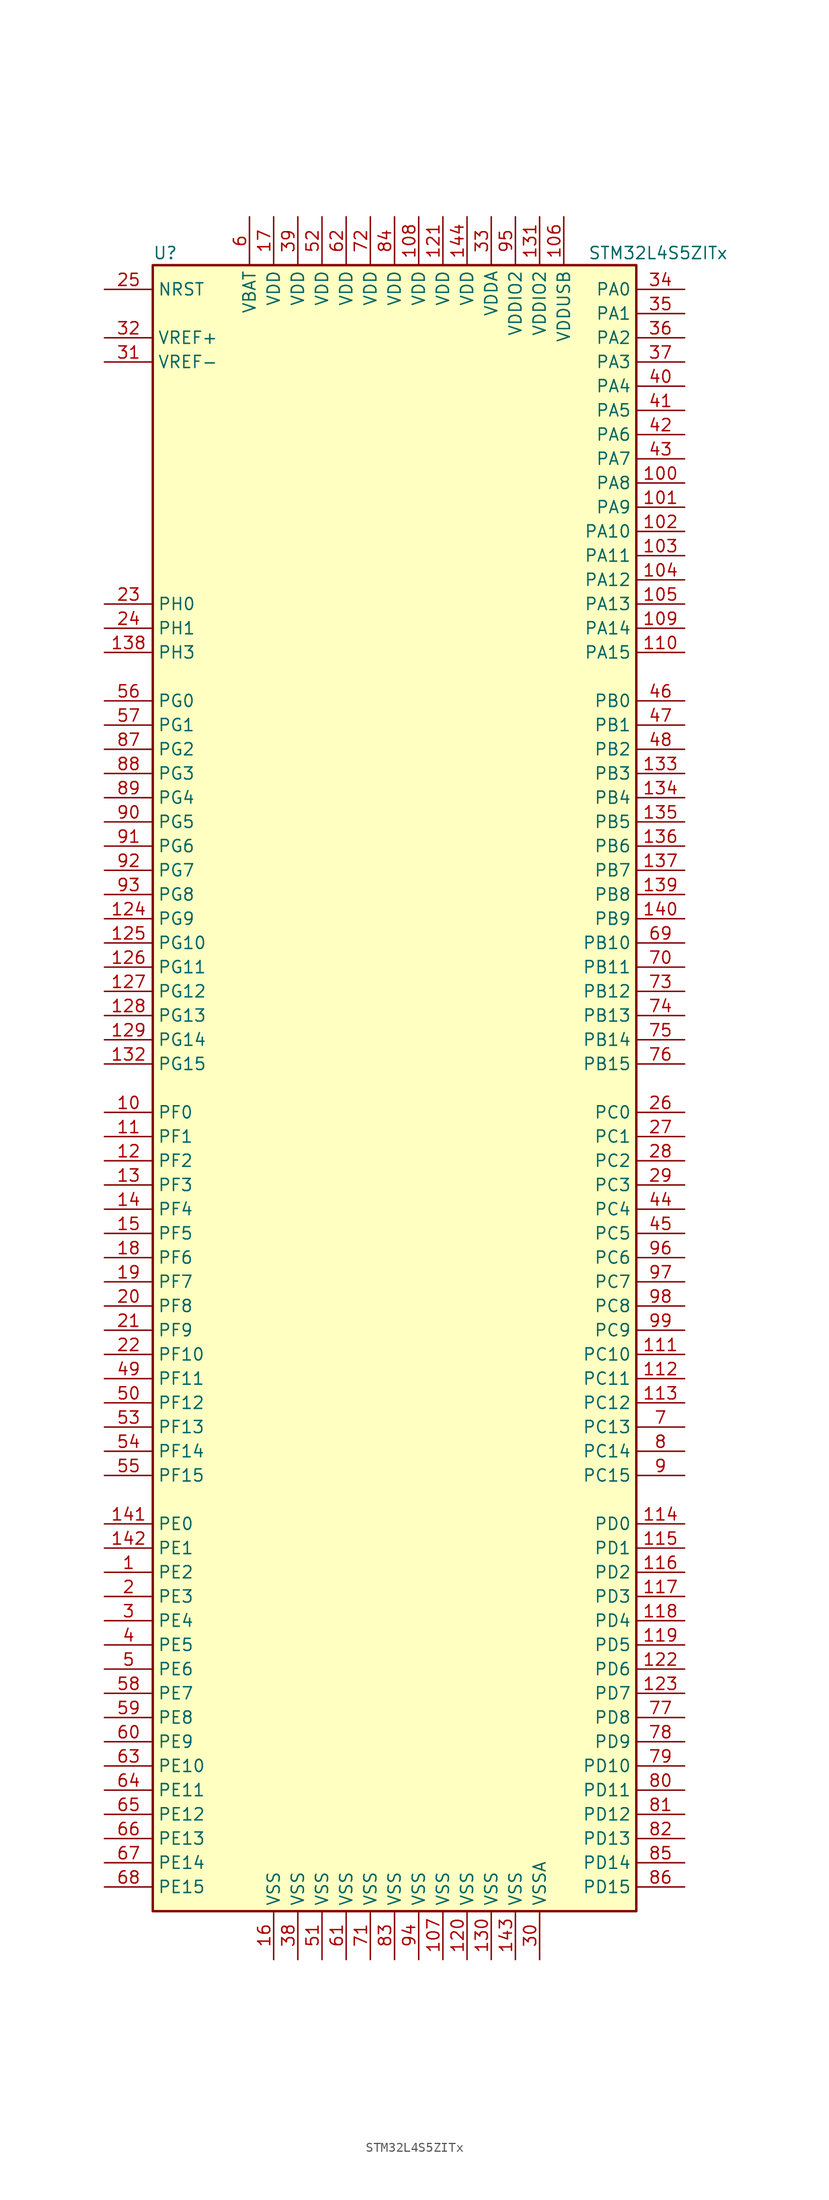
<source format=kicad_sym>
(kicad_symbol_lib
  (version 20201005)
  (generator kicad_symbol_editor)
  (symbol "STM32L4S5ZITx"
    (property "Reference" "U"
      (at -25.4 87.63 0)
      (effects (font (size 1.27 1.27)) (justify left)))
    (property "Value" "STM32L4S5ZITx"
      (at 20.32 87.63 0)
      (effects (font (size 1.27 1.27)) (justify left)))
    (symbol "STM32L4S5ZITx_0_1"
      (rectangle (start -25.4 -86.36) (end 25.4 86.36) (stroke (width 0.254)) (fill (type background))))
    (symbol "STM32L4S5ZITx_1_1"
      (pin bidirectional line (at -30.48 -50.8 0) (length 5.08) (name "PE2" (effects (font (size 1.27 1.27)))) (number "1" (effects (font (size 1.27 1.27)))))
      (pin bidirectional line (at -30.48 -2.54 0) (length 5.08) (name "PF0" (effects (font (size 1.27 1.27)))) (number "10" (effects (font (size 1.27 1.27)))))
      (pin bidirectional line (at 30.48 63.5 180) (length 5.08) (name "PA8" (effects (font (size 1.27 1.27)))) (number "100" (effects (font (size 1.27 1.27)))))
      (pin bidirectional line (at 30.48 60.96 180) (length 5.08) (name "PA9" (effects (font (size 1.27 1.27)))) (number "101" (effects (font (size 1.27 1.27)))))
      (pin bidirectional line (at 30.48 58.42 180) (length 5.08) (name "PA10" (effects (font (size 1.27 1.27)))) (number "102" (effects (font (size 1.27 1.27)))))
      (pin bidirectional line (at 30.48 55.88 180) (length 5.08) (name "PA11" (effects (font (size 1.27 1.27)))) (number "103" (effects (font (size 1.27 1.27)))))
      (pin bidirectional line (at 30.48 53.34 180) (length 5.08) (name "PA12" (effects (font (size 1.27 1.27)))) (number "104" (effects (font (size 1.27 1.27)))))
      (pin bidirectional line (at 30.48 50.8 180) (length 5.08) (name "PA13" (effects (font (size 1.27 1.27)))) (number "105" (effects (font (size 1.27 1.27)))))
      (pin power_in line (at 17.78 91.44 270) (length 5.08) (name "VDDUSB" (effects (font (size 1.27 1.27)))) (number "106" (effects (font (size 1.27 1.27)))))
      (pin power_in line (at 5.08 -91.44 90) (length 5.08) (name "VSS" (effects (font (size 1.27 1.27)))) (number "107" (effects (font (size 1.27 1.27)))))
      (pin power_in line (at 2.54 91.44 270) (length 5.08) (name "VDD" (effects (font (size 1.27 1.27)))) (number "108" (effects (font (size 1.27 1.27)))))
      (pin bidirectional line (at 30.48 48.26 180) (length 5.08) (name "PA14" (effects (font (size 1.27 1.27)))) (number "109" (effects (font (size 1.27 1.27)))))
      (pin bidirectional line (at -30.48 -5.08 0) (length 5.08) (name "PF1" (effects (font (size 1.27 1.27)))) (number "11" (effects (font (size 1.27 1.27)))))
      (pin bidirectional line (at 30.48 45.72 180) (length 5.08) (name "PA15" (effects (font (size 1.27 1.27)))) (number "110" (effects (font (size 1.27 1.27)))))
      (pin bidirectional line (at 30.48 -27.94 180) (length 5.08) (name "PC10" (effects (font (size 1.27 1.27)))) (number "111" (effects (font (size 1.27 1.27)))))
      (pin bidirectional line (at 30.48 -30.48 180) (length 5.08) (name "PC11" (effects (font (size 1.27 1.27)))) (number "112" (effects (font (size 1.27 1.27)))))
      (pin bidirectional line (at 30.48 -33.02 180) (length 5.08) (name "PC12" (effects (font (size 1.27 1.27)))) (number "113" (effects (font (size 1.27 1.27)))))
      (pin bidirectional line (at 30.48 -45.72 180) (length 5.08) (name "PD0" (effects (font (size 1.27 1.27)))) (number "114" (effects (font (size 1.27 1.27)))))
      (pin bidirectional line (at 30.48 -48.26 180) (length 5.08) (name "PD1" (effects (font (size 1.27 1.27)))) (number "115" (effects (font (size 1.27 1.27)))))
      (pin bidirectional line (at 30.48 -50.8 180) (length 5.08) (name "PD2" (effects (font (size 1.27 1.27)))) (number "116" (effects (font (size 1.27 1.27)))))
      (pin bidirectional line (at 30.48 -53.34 180) (length 5.08) (name "PD3" (effects (font (size 1.27 1.27)))) (number "117" (effects (font (size 1.27 1.27)))))
      (pin bidirectional line (at 30.48 -55.88 180) (length 5.08) (name "PD4" (effects (font (size 1.27 1.27)))) (number "118" (effects (font (size 1.27 1.27)))))
      (pin bidirectional line (at 30.48 -58.42 180) (length 5.08) (name "PD5" (effects (font (size 1.27 1.27)))) (number "119" (effects (font (size 1.27 1.27)))))
      (pin bidirectional line (at -30.48 -7.62 0) (length 5.08) (name "PF2" (effects (font (size 1.27 1.27)))) (number "12" (effects (font (size 1.27 1.27)))))
      (pin power_in line (at 7.62 -91.44 90) (length 5.08) (name "VSS" (effects (font (size 1.27 1.27)))) (number "120" (effects (font (size 1.27 1.27)))))
      (pin power_in line (at 5.08 91.44 270) (length 5.08) (name "VDD" (effects (font (size 1.27 1.27)))) (number "121" (effects (font (size 1.27 1.27)))))
      (pin bidirectional line (at 30.48 -60.96 180) (length 5.08) (name "PD6" (effects (font (size 1.27 1.27)))) (number "122" (effects (font (size 1.27 1.27)))))
      (pin bidirectional line (at 30.48 -63.5 180) (length 5.08) (name "PD7" (effects (font (size 1.27 1.27)))) (number "123" (effects (font (size 1.27 1.27)))))
      (pin bidirectional line (at -30.48 17.78 0) (length 5.08) (name "PG9" (effects (font (size 1.27 1.27)))) (number "124" (effects (font (size 1.27 1.27)))))
      (pin bidirectional line (at -30.48 15.24 0) (length 5.08) (name "PG10" (effects (font (size 1.27 1.27)))) (number "125" (effects (font (size 1.27 1.27)))))
      (pin bidirectional line (at -30.48 12.7 0) (length 5.08) (name "PG11" (effects (font (size 1.27 1.27)))) (number "126" (effects (font (size 1.27 1.27)))))
      (pin bidirectional line (at -30.48 10.16 0) (length 5.08) (name "PG12" (effects (font (size 1.27 1.27)))) (number "127" (effects (font (size 1.27 1.27)))))
      (pin bidirectional line (at -30.48 7.62 0) (length 5.08) (name "PG13" (effects (font (size 1.27 1.27)))) (number "128" (effects (font (size 1.27 1.27)))))
      (pin bidirectional line (at -30.48 5.08 0) (length 5.08) (name "PG14" (effects (font (size 1.27 1.27)))) (number "129" (effects (font (size 1.27 1.27)))))
      (pin bidirectional line (at -30.48 -10.16 0) (length 5.08) (name "PF3" (effects (font (size 1.27 1.27)))) (number "13" (effects (font (size 1.27 1.27)))))
      (pin power_in line (at 10.16 -91.44 90) (length 5.08) (name "VSS" (effects (font (size 1.27 1.27)))) (number "130" (effects (font (size 1.27 1.27)))))
      (pin power_in line (at 15.24 91.44 270) (length 5.08) (name "VDDIO2" (effects (font (size 1.27 1.27)))) (number "131" (effects (font (size 1.27 1.27)))))
      (pin bidirectional line (at -30.48 2.54 0) (length 5.08) (name "PG15" (effects (font (size 1.27 1.27)))) (number "132" (effects (font (size 1.27 1.27)))))
      (pin bidirectional line (at 30.48 33.02 180) (length 5.08) (name "PB3" (effects (font (size 1.27 1.27)))) (number "133" (effects (font (size 1.27 1.27)))))
      (pin bidirectional line (at 30.48 30.48 180) (length 5.08) (name "PB4" (effects (font (size 1.27 1.27)))) (number "134" (effects (font (size 1.27 1.27)))))
      (pin bidirectional line (at 30.48 27.94 180) (length 5.08) (name "PB5" (effects (font (size 1.27 1.27)))) (number "135" (effects (font (size 1.27 1.27)))))
      (pin bidirectional line (at 30.48 25.4 180) (length 5.08) (name "PB6" (effects (font (size 1.27 1.27)))) (number "136" (effects (font (size 1.27 1.27)))))
      (pin bidirectional line (at 30.48 22.86 180) (length 5.08) (name "PB7" (effects (font (size 1.27 1.27)))) (number "137" (effects (font (size 1.27 1.27)))))
      (pin bidirectional line (at -30.48 45.72 0) (length 5.08) (name "PH3" (effects (font (size 1.27 1.27)))) (number "138" (effects (font (size 1.27 1.27)))))
      (pin bidirectional line (at 30.48 20.32 180) (length 5.08) (name "PB8" (effects (font (size 1.27 1.27)))) (number "139" (effects (font (size 1.27 1.27)))))
      (pin bidirectional line (at -30.48 -12.7 0) (length 5.08) (name "PF4" (effects (font (size 1.27 1.27)))) (number "14" (effects (font (size 1.27 1.27)))))
      (pin bidirectional line (at 30.48 17.78 180) (length 5.08) (name "PB9" (effects (font (size 1.27 1.27)))) (number "140" (effects (font (size 1.27 1.27)))))
      (pin bidirectional line (at -30.48 -45.72 0) (length 5.08) (name "PE0" (effects (font (size 1.27 1.27)))) (number "141" (effects (font (size 1.27 1.27)))))
      (pin bidirectional line (at -30.48 -48.26 0) (length 5.08) (name "PE1" (effects (font (size 1.27 1.27)))) (number "142" (effects (font (size 1.27 1.27)))))
      (pin power_in line (at 12.7 -91.44 90) (length 5.08) (name "VSS" (effects (font (size 1.27 1.27)))) (number "143" (effects (font (size 1.27 1.27)))))
      (pin power_in line (at 7.62 91.44 270) (length 5.08) (name "VDD" (effects (font (size 1.27 1.27)))) (number "144" (effects (font (size 1.27 1.27)))))
      (pin bidirectional line (at -30.48 -15.24 0) (length 5.08) (name "PF5" (effects (font (size 1.27 1.27)))) (number "15" (effects (font (size 1.27 1.27)))))
      (pin power_in line (at -12.7 -91.44 90) (length 5.08) (name "VSS" (effects (font (size 1.27 1.27)))) (number "16" (effects (font (size 1.27 1.27)))))
      (pin power_in line (at -12.7 91.44 270) (length 5.08) (name "VDD" (effects (font (size 1.27 1.27)))) (number "17" (effects (font (size 1.27 1.27)))))
      (pin bidirectional line (at -30.48 -17.78 0) (length 5.08) (name "PF6" (effects (font (size 1.27 1.27)))) (number "18" (effects (font (size 1.27 1.27)))))
      (pin bidirectional line (at -30.48 -20.32 0) (length 5.08) (name "PF7" (effects (font (size 1.27 1.27)))) (number "19" (effects (font (size 1.27 1.27)))))
      (pin bidirectional line (at -30.48 -53.34 0) (length 5.08) (name "PE3" (effects (font (size 1.27 1.27)))) (number "2" (effects (font (size 1.27 1.27)))))
      (pin bidirectional line (at -30.48 -22.86 0) (length 5.08) (name "PF8" (effects (font (size 1.27 1.27)))) (number "20" (effects (font (size 1.27 1.27)))))
      (pin bidirectional line (at -30.48 -25.4 0) (length 5.08) (name "PF9" (effects (font (size 1.27 1.27)))) (number "21" (effects (font (size 1.27 1.27)))))
      (pin bidirectional line (at -30.48 -27.94 0) (length 5.08) (name "PF10" (effects (font (size 1.27 1.27)))) (number "22" (effects (font (size 1.27 1.27)))))
      (pin input line (at -30.48 50.8 0) (length 5.08) (name "PH0" (effects (font (size 1.27 1.27)))) (number "23" (effects (font (size 1.27 1.27)))))
      (pin input line (at -30.48 48.26 0) (length 5.08) (name "PH1" (effects (font (size 1.27 1.27)))) (number "24" (effects (font (size 1.27 1.27)))))
      (pin input line (at -30.48 83.82 0) (length 5.08) (name "NRST" (effects (font (size 1.27 1.27)))) (number "25" (effects (font (size 1.27 1.27)))))
      (pin bidirectional line (at 30.48 -2.54 180) (length 5.08) (name "PC0" (effects (font (size 1.27 1.27)))) (number "26" (effects (font (size 1.27 1.27)))))
      (pin bidirectional line (at 30.48 -5.08 180) (length 5.08) (name "PC1" (effects (font (size 1.27 1.27)))) (number "27" (effects (font (size 1.27 1.27)))))
      (pin bidirectional line (at 30.48 -7.62 180) (length 5.08) (name "PC2" (effects (font (size 1.27 1.27)))) (number "28" (effects (font (size 1.27 1.27)))))
      (pin bidirectional line (at 30.48 -10.16 180) (length 5.08) (name "PC3" (effects (font (size 1.27 1.27)))) (number "29" (effects (font (size 1.27 1.27)))))
      (pin bidirectional line (at -30.48 -55.88 0) (length 5.08) (name "PE4" (effects (font (size 1.27 1.27)))) (number "3" (effects (font (size 1.27 1.27)))))
      (pin power_in line (at 15.24 -91.44 90) (length 5.08) (name "VSSA" (effects (font (size 1.27 1.27)))) (number "30" (effects (font (size 1.27 1.27)))))
      (pin power_in line (at -30.48 76.2 0) (length 5.08) (name "VREF-" (effects (font (size 1.27 1.27)))) (number "31" (effects (font (size 1.27 1.27)))))
      (pin bidirectional line (at -30.48 78.74 0) (length 5.08) (name "VREF+" (effects (font (size 1.27 1.27)))) (number "32" (effects (font (size 1.27 1.27)))))
      (pin power_in line (at 10.16 91.44 270) (length 5.08) (name "VDDA" (effects (font (size 1.27 1.27)))) (number "33" (effects (font (size 1.27 1.27)))))
      (pin bidirectional line (at 30.48 83.82 180) (length 5.08) (name "PA0" (effects (font (size 1.27 1.27)))) (number "34" (effects (font (size 1.27 1.27)))))
      (pin bidirectional line (at 30.48 81.28 180) (length 5.08) (name "PA1" (effects (font (size 1.27 1.27)))) (number "35" (effects (font (size 1.27 1.27)))))
      (pin bidirectional line (at 30.48 78.74 180) (length 5.08) (name "PA2" (effects (font (size 1.27 1.27)))) (number "36" (effects (font (size 1.27 1.27)))))
      (pin bidirectional line (at 30.48 76.2 180) (length 5.08) (name "PA3" (effects (font (size 1.27 1.27)))) (number "37" (effects (font (size 1.27 1.27)))))
      (pin power_in line (at -10.16 -91.44 90) (length 5.08) (name "VSS" (effects (font (size 1.27 1.27)))) (number "38" (effects (font (size 1.27 1.27)))))
      (pin power_in line (at -10.16 91.44 270) (length 5.08) (name "VDD" (effects (font (size 1.27 1.27)))) (number "39" (effects (font (size 1.27 1.27)))))
      (pin bidirectional line (at -30.48 -58.42 0) (length 5.08) (name "PE5" (effects (font (size 1.27 1.27)))) (number "4" (effects (font (size 1.27 1.27)))))
      (pin bidirectional line (at 30.48 73.66 180) (length 5.08) (name "PA4" (effects (font (size 1.27 1.27)))) (number "40" (effects (font (size 1.27 1.27)))))
      (pin bidirectional line (at 30.48 71.12 180) (length 5.08) (name "PA5" (effects (font (size 1.27 1.27)))) (number "41" (effects (font (size 1.27 1.27)))))
      (pin bidirectional line (at 30.48 68.58 180) (length 5.08) (name "PA6" (effects (font (size 1.27 1.27)))) (number "42" (effects (font (size 1.27 1.27)))))
      (pin bidirectional line (at 30.48 66.04 180) (length 5.08) (name "PA7" (effects (font (size 1.27 1.27)))) (number "43" (effects (font (size 1.27 1.27)))))
      (pin bidirectional line (at 30.48 -12.7 180) (length 5.08) (name "PC4" (effects (font (size 1.27 1.27)))) (number "44" (effects (font (size 1.27 1.27)))))
      (pin bidirectional line (at 30.48 -15.24 180) (length 5.08) (name "PC5" (effects (font (size 1.27 1.27)))) (number "45" (effects (font (size 1.27 1.27)))))
      (pin bidirectional line (at 30.48 40.64 180) (length 5.08) (name "PB0" (effects (font (size 1.27 1.27)))) (number "46" (effects (font (size 1.27 1.27)))))
      (pin bidirectional line (at 30.48 38.1 180) (length 5.08) (name "PB1" (effects (font (size 1.27 1.27)))) (number "47" (effects (font (size 1.27 1.27)))))
      (pin bidirectional line (at 30.48 35.56 180) (length 5.08) (name "PB2" (effects (font (size 1.27 1.27)))) (number "48" (effects (font (size 1.27 1.27)))))
      (pin bidirectional line (at -30.48 -30.48 0) (length 5.08) (name "PF11" (effects (font (size 1.27 1.27)))) (number "49" (effects (font (size 1.27 1.27)))))
      (pin bidirectional line (at -30.48 -60.96 0) (length 5.08) (name "PE6" (effects (font (size 1.27 1.27)))) (number "5" (effects (font (size 1.27 1.27)))))
      (pin bidirectional line (at -30.48 -33.02 0) (length 5.08) (name "PF12" (effects (font (size 1.27 1.27)))) (number "50" (effects (font (size 1.27 1.27)))))
      (pin power_in line (at -7.62 -91.44 90) (length 5.08) (name "VSS" (effects (font (size 1.27 1.27)))) (number "51" (effects (font (size 1.27 1.27)))))
      (pin power_in line (at -7.62 91.44 270) (length 5.08) (name "VDD" (effects (font (size 1.27 1.27)))) (number "52" (effects (font (size 1.27 1.27)))))
      (pin bidirectional line (at -30.48 -35.56 0) (length 5.08) (name "PF13" (effects (font (size 1.27 1.27)))) (number "53" (effects (font (size 1.27 1.27)))))
      (pin bidirectional line (at -30.48 -38.1 0) (length 5.08) (name "PF14" (effects (font (size 1.27 1.27)))) (number "54" (effects (font (size 1.27 1.27)))))
      (pin bidirectional line (at -30.48 -40.64 0) (length 5.08) (name "PF15" (effects (font (size 1.27 1.27)))) (number "55" (effects (font (size 1.27 1.27)))))
      (pin bidirectional line (at -30.48 40.64 0) (length 5.08) (name "PG0" (effects (font (size 1.27 1.27)))) (number "56" (effects (font (size 1.27 1.27)))))
      (pin bidirectional line (at -30.48 38.1 0) (length 5.08) (name "PG1" (effects (font (size 1.27 1.27)))) (number "57" (effects (font (size 1.27 1.27)))))
      (pin bidirectional line (at -30.48 -63.5 0) (length 5.08) (name "PE7" (effects (font (size 1.27 1.27)))) (number "58" (effects (font (size 1.27 1.27)))))
      (pin bidirectional line (at -30.48 -66.04 0) (length 5.08) (name "PE8" (effects (font (size 1.27 1.27)))) (number "59" (effects (font (size 1.27 1.27)))))
      (pin power_in line (at -15.24 91.44 270) (length 5.08) (name "VBAT" (effects (font (size 1.27 1.27)))) (number "6" (effects (font (size 1.27 1.27)))))
      (pin bidirectional line (at -30.48 -68.58 0) (length 5.08) (name "PE9" (effects (font (size 1.27 1.27)))) (number "60" (effects (font (size 1.27 1.27)))))
      (pin power_in line (at -5.08 -91.44 90) (length 5.08) (name "VSS" (effects (font (size 1.27 1.27)))) (number "61" (effects (font (size 1.27 1.27)))))
      (pin power_in line (at -5.08 91.44 270) (length 5.08) (name "VDD" (effects (font (size 1.27 1.27)))) (number "62" (effects (font (size 1.27 1.27)))))
      (pin bidirectional line (at -30.48 -71.12 0) (length 5.08) (name "PE10" (effects (font (size 1.27 1.27)))) (number "63" (effects (font (size 1.27 1.27)))))
      (pin bidirectional line (at -30.48 -73.66 0) (length 5.08) (name "PE11" (effects (font (size 1.27 1.27)))) (number "64" (effects (font (size 1.27 1.27)))))
      (pin bidirectional line (at -30.48 -76.2 0) (length 5.08) (name "PE12" (effects (font (size 1.27 1.27)))) (number "65" (effects (font (size 1.27 1.27)))))
      (pin bidirectional line (at -30.48 -78.74 0) (length 5.08) (name "PE13" (effects (font (size 1.27 1.27)))) (number "66" (effects (font (size 1.27 1.27)))))
      (pin bidirectional line (at -30.48 -81.28 0) (length 5.08) (name "PE14" (effects (font (size 1.27 1.27)))) (number "67" (effects (font (size 1.27 1.27)))))
      (pin bidirectional line (at -30.48 -83.82 0) (length 5.08) (name "PE15" (effects (font (size 1.27 1.27)))) (number "68" (effects (font (size 1.27 1.27)))))
      (pin bidirectional line (at 30.48 15.24 180) (length 5.08) (name "PB10" (effects (font (size 1.27 1.27)))) (number "69" (effects (font (size 1.27 1.27)))))
      (pin bidirectional line (at 30.48 -35.56 180) (length 5.08) (name "PC13" (effects (font (size 1.27 1.27)))) (number "7" (effects (font (size 1.27 1.27)))))
      (pin bidirectional line (at 30.48 12.7 180) (length 5.08) (name "PB11" (effects (font (size 1.27 1.27)))) (number "70" (effects (font (size 1.27 1.27)))))
      (pin power_in line (at -2.54 -91.44 90) (length 5.08) (name "VSS" (effects (font (size 1.27 1.27)))) (number "71" (effects (font (size 1.27 1.27)))))
      (pin power_in line (at -2.54 91.44 270) (length 5.08) (name "VDD" (effects (font (size 1.27 1.27)))) (number "72" (effects (font (size 1.27 1.27)))))
      (pin bidirectional line (at 30.48 10.16 180) (length 5.08) (name "PB12" (effects (font (size 1.27 1.27)))) (number "73" (effects (font (size 1.27 1.27)))))
      (pin bidirectional line (at 30.48 7.62 180) (length 5.08) (name "PB13" (effects (font (size 1.27 1.27)))) (number "74" (effects (font (size 1.27 1.27)))))
      (pin bidirectional line (at 30.48 5.08 180) (length 5.08) (name "PB14" (effects (font (size 1.27 1.27)))) (number "75" (effects (font (size 1.27 1.27)))))
      (pin bidirectional line (at 30.48 2.54 180) (length 5.08) (name "PB15" (effects (font (size 1.27 1.27)))) (number "76" (effects (font (size 1.27 1.27)))))
      (pin bidirectional line (at 30.48 -66.04 180) (length 5.08) (name "PD8" (effects (font (size 1.27 1.27)))) (number "77" (effects (font (size 1.27 1.27)))))
      (pin bidirectional line (at 30.48 -68.58 180) (length 5.08) (name "PD9" (effects (font (size 1.27 1.27)))) (number "78" (effects (font (size 1.27 1.27)))))
      (pin bidirectional line (at 30.48 -71.12 180) (length 5.08) (name "PD10" (effects (font (size 1.27 1.27)))) (number "79" (effects (font (size 1.27 1.27)))))
      (pin bidirectional line (at 30.48 -38.1 180) (length 5.08) (name "PC14" (effects (font (size 1.27 1.27)))) (number "8" (effects (font (size 1.27 1.27)))))
      (pin bidirectional line (at 30.48 -73.66 180) (length 5.08) (name "PD11" (effects (font (size 1.27 1.27)))) (number "80" (effects (font (size 1.27 1.27)))))
      (pin bidirectional line (at 30.48 -76.2 180) (length 5.08) (name "PD12" (effects (font (size 1.27 1.27)))) (number "81" (effects (font (size 1.27 1.27)))))
      (pin bidirectional line (at 30.48 -78.74 180) (length 5.08) (name "PD13" (effects (font (size 1.27 1.27)))) (number "82" (effects (font (size 1.27 1.27)))))
      (pin power_in line (at 0 -91.44 90) (length 5.08) (name "VSS" (effects (font (size 1.27 1.27)))) (number "83" (effects (font (size 1.27 1.27)))))
      (pin power_in line (at 0 91.44 270) (length 5.08) (name "VDD" (effects (font (size 1.27 1.27)))) (number "84" (effects (font (size 1.27 1.27)))))
      (pin bidirectional line (at 30.48 -81.28 180) (length 5.08) (name "PD14" (effects (font (size 1.27 1.27)))) (number "85" (effects (font (size 1.27 1.27)))))
      (pin bidirectional line (at 30.48 -83.82 180) (length 5.08) (name "PD15" (effects (font (size 1.27 1.27)))) (number "86" (effects (font (size 1.27 1.27)))))
      (pin bidirectional line (at -30.48 35.56 0) (length 5.08) (name "PG2" (effects (font (size 1.27 1.27)))) (number "87" (effects (font (size 1.27 1.27)))))
      (pin bidirectional line (at -30.48 33.02 0) (length 5.08) (name "PG3" (effects (font (size 1.27 1.27)))) (number "88" (effects (font (size 1.27 1.27)))))
      (pin bidirectional line (at -30.48 30.48 0) (length 5.08) (name "PG4" (effects (font (size 1.27 1.27)))) (number "89" (effects (font (size 1.27 1.27)))))
      (pin bidirectional line (at 30.48 -40.64 180) (length 5.08) (name "PC15" (effects (font (size 1.27 1.27)))) (number "9" (effects (font (size 1.27 1.27)))))
      (pin bidirectional line (at -30.48 27.94 0) (length 5.08) (name "PG5" (effects (font (size 1.27 1.27)))) (number "90" (effects (font (size 1.27 1.27)))))
      (pin bidirectional line (at -30.48 25.4 0) (length 5.08) (name "PG6" (effects (font (size 1.27 1.27)))) (number "91" (effects (font (size 1.27 1.27)))))
      (pin bidirectional line (at -30.48 22.86 0) (length 5.08) (name "PG7" (effects (font (size 1.27 1.27)))) (number "92" (effects (font (size 1.27 1.27)))))
      (pin bidirectional line (at -30.48 20.32 0) (length 5.08) (name "PG8" (effects (font (size 1.27 1.27)))) (number "93" (effects (font (size 1.27 1.27)))))
      (pin power_in line (at 2.54 -91.44 90) (length 5.08) (name "VSS" (effects (font (size 1.27 1.27)))) (number "94" (effects (font (size 1.27 1.27)))))
      (pin power_in line (at 12.7 91.44 270) (length 5.08) (name "VDDIO2" (effects (font (size 1.27 1.27)))) (number "95" (effects (font (size 1.27 1.27)))))
      (pin bidirectional line (at 30.48 -17.78 180) (length 5.08) (name "PC6" (effects (font (size 1.27 1.27)))) (number "96" (effects (font (size 1.27 1.27)))))
      (pin bidirectional line (at 30.48 -20.32 180) (length 5.08) (name "PC7" (effects (font (size 1.27 1.27)))) (number "97" (effects (font (size 1.27 1.27)))))
      (pin bidirectional line (at 30.48 -22.86 180) (length 5.08) (name "PC8" (effects (font (size 1.27 1.27)))) (number "98" (effects (font (size 1.27 1.27)))))
      (pin bidirectional line (at 30.48 -25.4 180) (length 5.08) (name "PC9" (effects (font (size 1.27 1.27)))) (number "99" (effects (font (size 1.27 1.27))))))))
</source>
